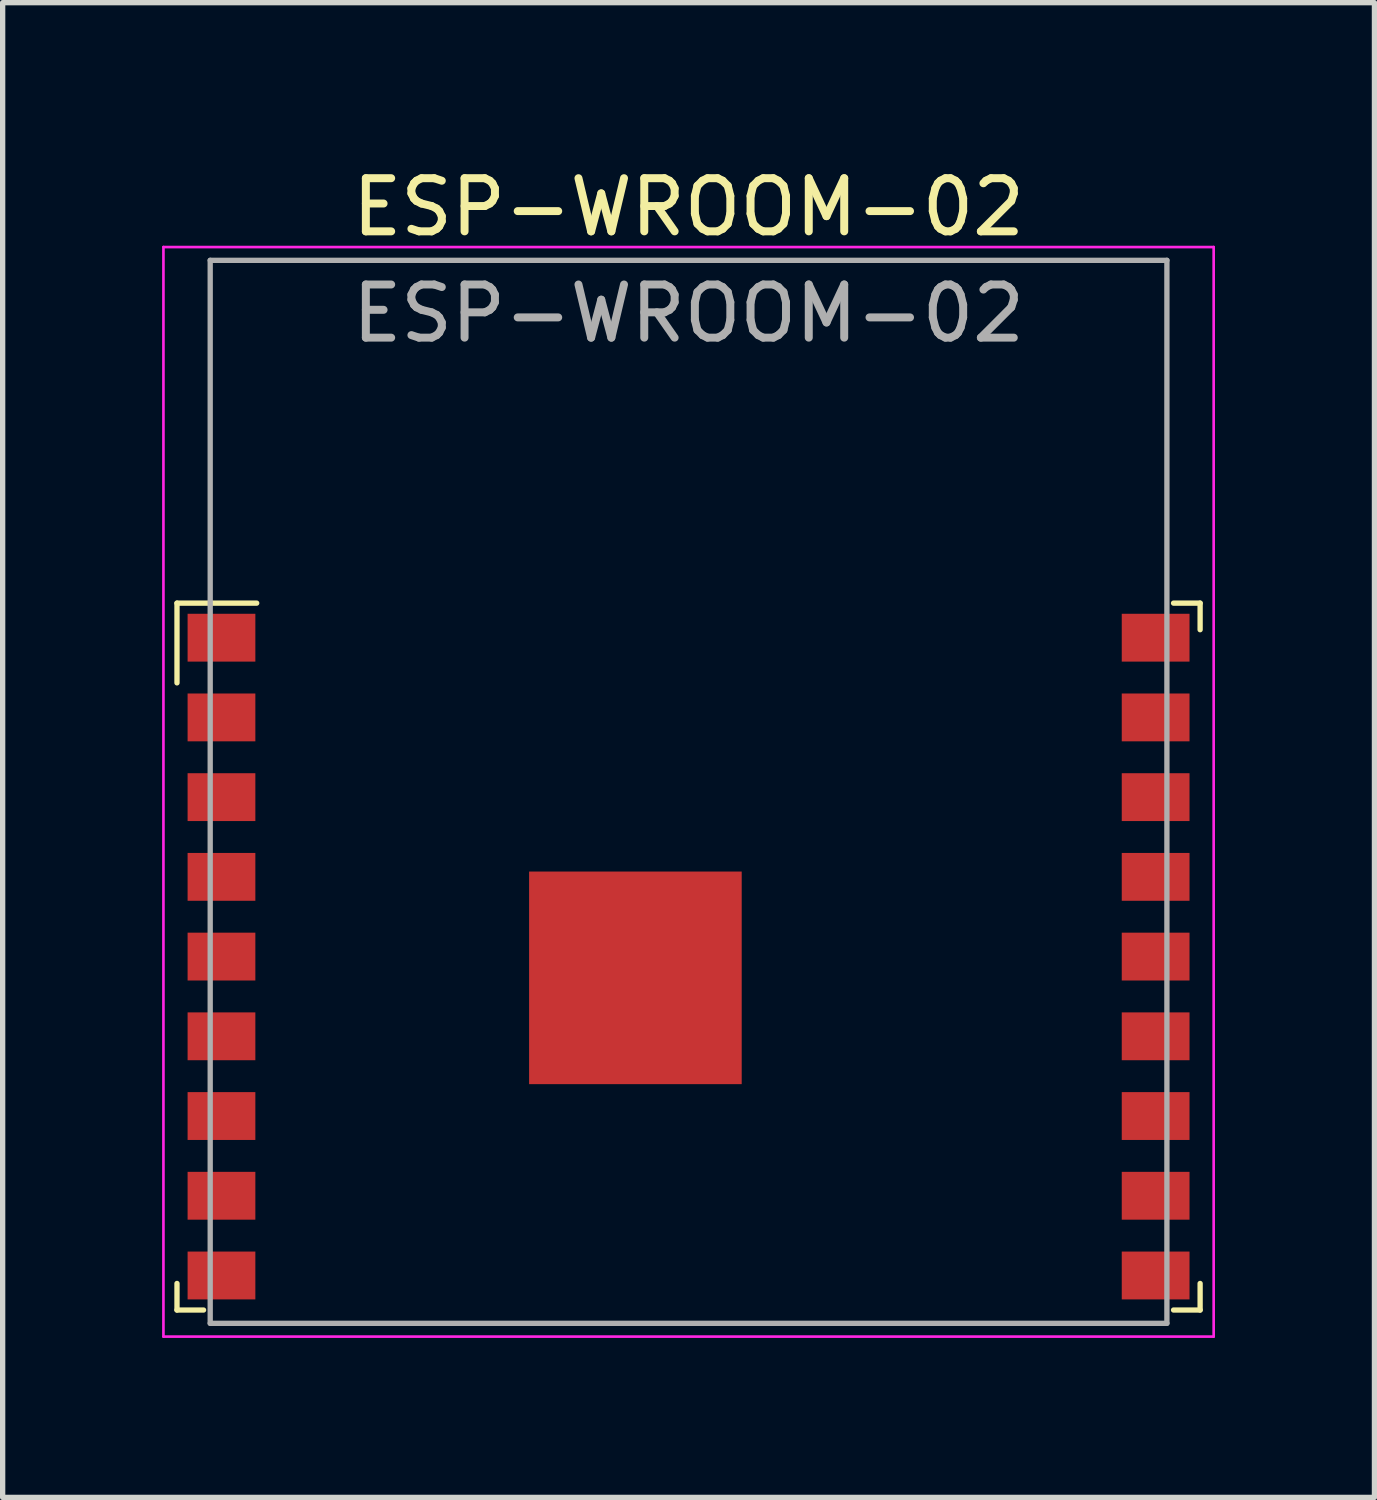
<source format=kicad_pcb>
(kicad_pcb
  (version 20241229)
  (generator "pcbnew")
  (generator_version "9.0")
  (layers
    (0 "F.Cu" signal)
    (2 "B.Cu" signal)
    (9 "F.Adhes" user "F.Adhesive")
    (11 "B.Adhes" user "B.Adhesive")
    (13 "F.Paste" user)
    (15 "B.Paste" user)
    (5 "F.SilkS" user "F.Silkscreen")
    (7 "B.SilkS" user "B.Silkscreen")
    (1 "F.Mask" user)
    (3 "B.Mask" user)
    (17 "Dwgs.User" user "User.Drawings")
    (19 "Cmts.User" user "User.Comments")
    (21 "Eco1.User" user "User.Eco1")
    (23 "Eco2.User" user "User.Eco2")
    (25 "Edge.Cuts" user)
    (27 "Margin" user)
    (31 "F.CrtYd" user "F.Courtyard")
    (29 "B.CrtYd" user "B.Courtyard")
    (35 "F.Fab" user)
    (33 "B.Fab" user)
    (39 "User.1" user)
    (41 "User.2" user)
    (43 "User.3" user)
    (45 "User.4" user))
  (footprint "ESP-WROOM-02"
    (layer "F.Cu")
    (at 9.905 14.948)
    (property "Reference" "ESP-WROOM-02" (at 0 -14.1 0) (layer "F.SilkS") (effects (font (size 1 1) (thickness 0.15))))
    (attr smd)
    (fp_line (start -9.625 -6.65) (end -9.625 -5.15) (stroke (width 0.1) (type solid)) (layer "F.SilkS"))
    (fp_line (start -9.625 -6.65) (end -8.125 -6.65) (stroke (width 0.1) (type solid)) (layer "F.SilkS"))
    (fp_line (start -9.625 6.65) (end -9.625 6.15) (stroke (width 0.1) (type solid)) (layer "F.SilkS"))
    (fp_line (start -9.625 6.65) (end -9.125 6.65) (stroke (width 0.1) (type solid)) (layer "F.SilkS"))
    (fp_line (start 9.625 -6.65) (end 9.125 -6.65) (stroke (width 0.1) (type solid)) (layer "F.SilkS"))
    (fp_line (start 9.625 -6.65) (end 9.625 -6.15) (stroke (width 0.1) (type solid)) (layer "F.SilkS"))
    (fp_line (start 9.625 6.65) (end 9.125 6.65) (stroke (width 0.1) (type solid)) (layer "F.SilkS"))
    (fp_line (start 9.625 6.65) (end 9.625 6.15) (stroke (width 0.1) (type solid)) (layer "F.SilkS"))
    (fp_line (start -9.88 -13.35) (end 9.88 -13.35) (stroke (width 0.05) (type solid)) (layer "F.CrtYd"))
    (fp_line (start -9.88 7.15) (end -9.88 -13.35) (stroke (width 0.05) (type solid)) (layer "F.CrtYd"))
    (fp_line (start -9.88 7.15) (end 9.88 7.15) (stroke (width 0.05) (type solid)) (layer "F.CrtYd"))
    (fp_line (start 9.88 -13.35) (end 9.88 7.15) (stroke (width 0.05) (type solid)) (layer "F.CrtYd"))
    (fp_line (start -9 -13.1) (end -9 6.9) (stroke (width 0.1) (type solid)) (layer "F.Fab"))
    (fp_line (start -9 -13.1) (end 9 -13.1) (stroke (width 0.1) (type solid)) (layer "F.Fab"))
    (fp_line (start -9 6.9) (end 9 6.9) (stroke (width 0.1) (type solid)) (layer "F.Fab"))
    (fp_line (start 9 6.9) (end 9 -13.1) (stroke (width 0.1) (type solid)) (layer "F.Fab"))
    (fp_text user "${REFERENCE}" (at 0 -12.1 0) (layer "F.Fab") (effects (font (size 1 1) (thickness 0.15))))
    (pad "1" smd rect (at -9 -6) (size 1.275 0.9) (drill (offset 0.212 0)) (layers "F.Cu" "F.Mask" "F.Paste"))
    (pad "2" smd rect (at -9 -4.5) (size 1.275 0.9) (drill (offset 0.212 0)) (layers "F.Cu" "F.Mask" "F.Paste"))
    (pad "3" smd rect (at -9 -3) (size 1.275 0.9) (drill (offset 0.212 0)) (layers "F.Cu" "F.Mask" "F.Paste"))
    (pad "4" smd rect (at -9 -1.5) (size 1.275 0.9) (drill (offset 0.212 0)) (layers "F.Cu" "F.Mask" "F.Paste"))
    (pad "5" smd rect (at -9 0) (size 1.275 0.9) (drill (offset 0.212 0)) (layers "F.Cu" "F.Mask" "F.Paste"))
    (pad "6" smd rect (at -9 1.5) (size 1.275 0.9) (drill (offset 0.212 0)) (layers "F.Cu" "F.Mask" "F.Paste"))
    (pad "7" smd rect (at -9 3) (size 1.275 0.9) (drill (offset 0.212 0)) (layers "F.Cu" "F.Mask" "F.Paste"))
    (pad "8" smd rect (at -9 4.5) (size 1.275 0.9) (drill (offset 0.212 0)) (layers "F.Cu" "F.Mask" "F.Paste"))
    (pad "9" smd rect (at -9 6) (size 1.275 0.9) (drill (offset 0.212 0)) (layers "F.Cu" "F.Mask" "F.Paste"))
    (pad "10" smd rect (at 9 6) (size 1.275 0.9) (drill (offset -0.212 0)) (layers "F.Cu" "F.Mask" "F.Paste"))
    (pad "11" smd rect (at 9 4.5) (size 1.275 0.9) (drill (offset -0.212 0)) (layers "F.Cu" "F.Mask" "F.Paste"))
    (pad "12" smd rect (at 9 3) (size 1.275 0.9) (drill (offset -0.212 0)) (layers "F.Cu" "F.Mask" "F.Paste"))
    (pad "13" smd rect (at 9 1.5) (size 1.275 0.9) (drill (offset -0.212 0)) (layers "F.Cu" "F.Mask" "F.Paste"))
    (pad "14" smd rect (at 9 0) (size 1.275 0.9) (drill (offset -0.212 0)) (layers "F.Cu" "F.Mask" "F.Paste"))
    (pad "15" smd rect (at 9 -1.5) (size 1.275 0.9) (drill (offset -0.212 0)) (layers "F.Cu" "F.Mask" "F.Paste"))
    (pad "16" smd rect (at 9 -3) (size 1.275 0.9) (drill (offset -0.212 0)) (layers "F.Cu" "F.Mask" "F.Paste"))
    (pad "17" smd rect (at 9 -4.5) (size 1.275 0.9) (drill (offset -0.212 0)) (layers "F.Cu" "F.Mask" "F.Paste"))
    (pad "18" smd rect (at 9 -6) (size 1.275 0.9) (drill (offset -0.212 0)) (layers "F.Cu" "F.Mask" "F.Paste"))
    (pad "19" smd rect (at -1 0.4) (size 4 4) (layers "F.Cu" "F.Mask" "F.Paste")))
  (gr_rect
    (start -3 -3)
    (end 22.81 25.123)
    (stroke (width 0.1) (type default))
    (fill no)
    (layer "Edge.Cuts")))
</source>
